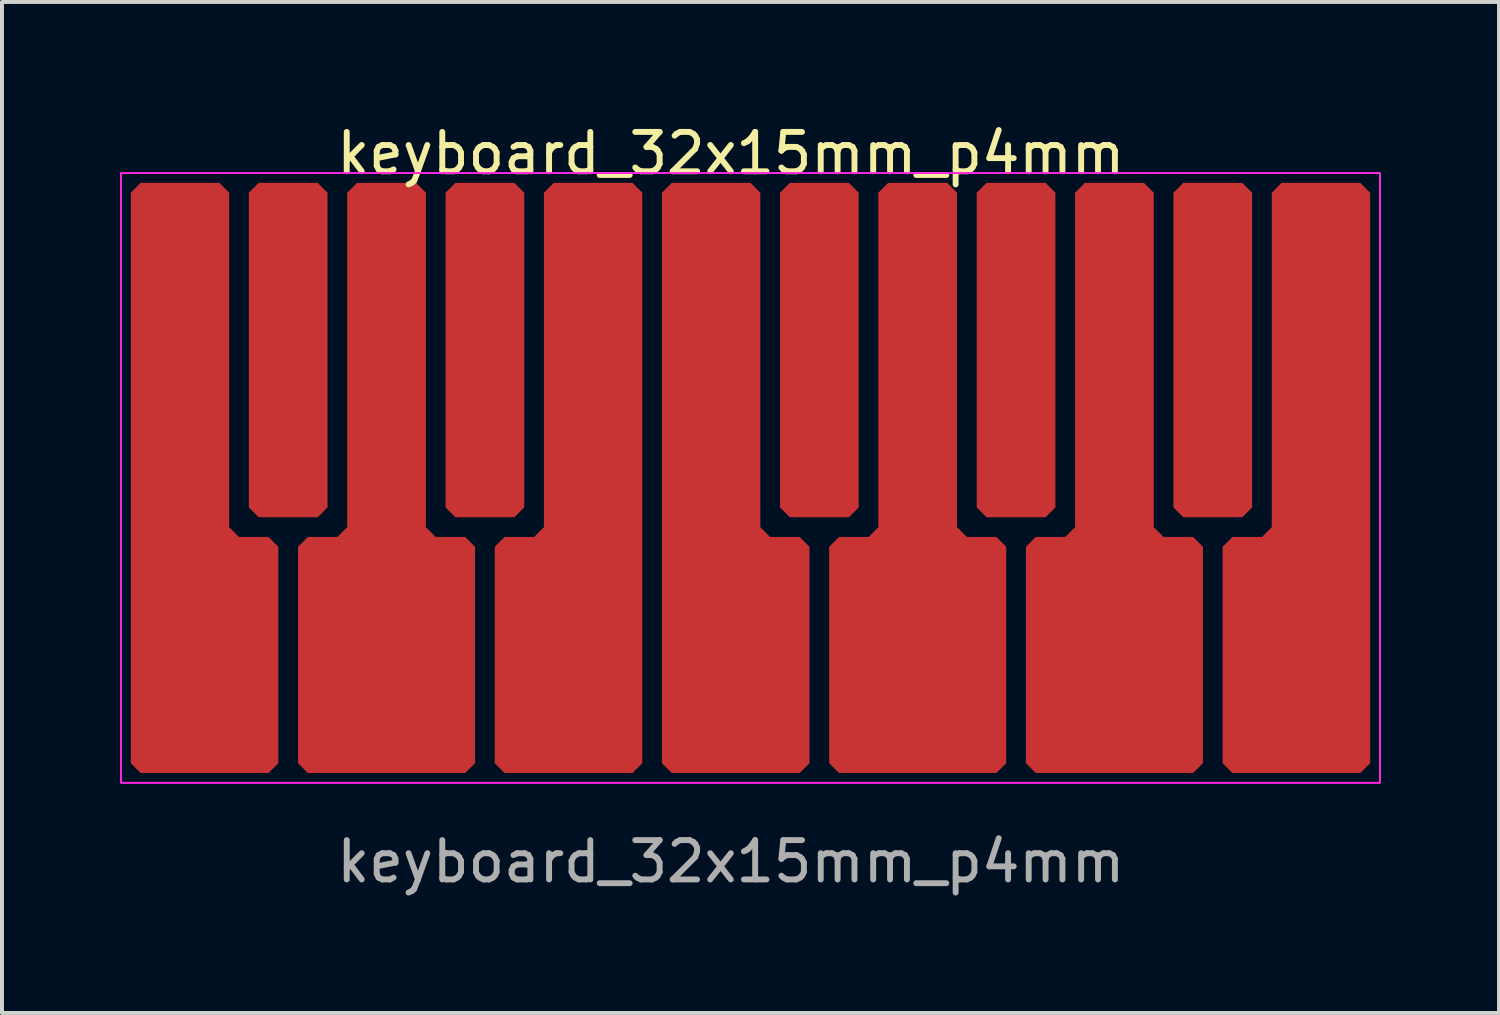
<source format=kicad_pcb>
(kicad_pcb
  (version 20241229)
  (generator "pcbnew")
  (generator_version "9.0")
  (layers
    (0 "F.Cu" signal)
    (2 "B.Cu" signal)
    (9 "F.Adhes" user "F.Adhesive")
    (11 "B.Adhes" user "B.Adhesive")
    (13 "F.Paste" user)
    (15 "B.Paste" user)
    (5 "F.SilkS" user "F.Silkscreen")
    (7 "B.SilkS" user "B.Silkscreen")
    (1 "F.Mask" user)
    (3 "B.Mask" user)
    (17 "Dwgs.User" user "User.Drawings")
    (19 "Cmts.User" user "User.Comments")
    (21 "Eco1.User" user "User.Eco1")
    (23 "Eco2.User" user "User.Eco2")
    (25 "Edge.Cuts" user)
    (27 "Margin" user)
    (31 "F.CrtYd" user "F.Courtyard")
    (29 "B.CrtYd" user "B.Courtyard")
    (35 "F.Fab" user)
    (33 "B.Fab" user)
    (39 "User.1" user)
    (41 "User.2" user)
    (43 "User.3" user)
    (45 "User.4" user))
  (footprint "keyboard_32x15mm_p4mm"
    (layer "F.Cu")
    (at 15.525 1.598)
    (property "Reference" "keyboard_32x15mm_p4mm" (at 0 -0.75 0) (unlocked yes) (layer "F.SilkS") (effects (font (size 1 1) (thickness 0.15))))
    (fp_rect (start -15.5 -0.25) (end 16.5 15.25) (stroke (width 0.05) (type default)) (fill no) (layer "F.CrtYd"))
    (fp_text user "${REFERENCE}" (at 0 17.25 0) (unlocked yes) (layer "F.Fab") (effects (font (size 1 1) (thickness 0.15))))
    (pad "1" connect custom (at -14 1.5) (size 2 2.5) (layers "F.Cu" "F.Mask") (options (anchor rect)) (primitives (gr_poly (pts (xy -1.25 -1.25) (xy -1 -1.5) (xy 1 -1.5) (xy 1.25 -1.25) (xy 1.25 7.25) (xy 1.5 7.5) (xy 2.25 7.5) (xy 2.5 7.75) (xy 2.5 13.25) (xy 2.25 13.5) (xy -1 13.5) (xy -1.25 13.25)) (width 0) (fill yes))))
    (pad "2" connect custom (at -11.25 1.5) (size 1.5 2.5) (layers "F.Cu" "F.Mask") (options (anchor rect)) (primitives (gr_poly (pts (xy -1 -1.25) (xy -0.75 -1.5) (xy 0.75 -1.5) (xy 1 -1.25) (xy 1 6.75) (xy 0.75 7) (xy -0.75 7) (xy -1 6.75)) (width 0) (fill yes))))
    (pad "3" connect custom (at -8.75 1.5) (size 1.5 2.5) (layers "F.Cu" "F.Mask") (options (anchor rect)) (primitives (gr_poly (pts (xy -1 -1.25) (xy -0.75 -1.5) (xy 0.75 -1.5) (xy 1 -1.25) (xy 1 7.25) (xy 1.25 7.5) (xy 2 7.5) (xy 2.25 7.75) (xy 2.25 13.25) (xy 2 13.5) (xy -2 13.5) (xy -2.25 13.25) (xy -2.25 7.75) (xy -2 7.5) (xy -1.25 7.5) (xy -1 7.25)) (width 0) (fill yes))))
    (pad "4" connect custom (at -6.25 1.5) (size 1.5 2.5) (layers "F.Cu" "F.Mask") (options (anchor rect)) (primitives (gr_poly (pts (xy -1 -1.25) (xy -0.75 -1.5) (xy 0.75 -1.5) (xy 1 -1.25) (xy 1 6.75) (xy 0.75 7) (xy -0.75 7) (xy -1 6.75)) (width 0) (fill yes))))
    (pad "5" connect custom (at -3.5 1.5) (size 2 2.5) (layers "F.Cu" "F.Mask") (options (anchor rect)) (primitives (gr_poly (pts (xy 1.25 -1.25) (xy 1 -1.5) (xy -1 -1.5) (xy -1.25 -1.25) (xy -1.25 7.25) (xy -1.5 7.5) (xy -2.25 7.5) (xy -2.5 7.75) (xy -2.5 13.25) (xy -2.25 13.5) (xy 1 13.5) (xy 1.25 13.25)) (width 0) (fill yes))))
    (pad "6" connect custom (at -0.5 1.5) (size 2 2.5) (layers "F.Cu" "F.Mask") (options (anchor rect)) (primitives (gr_poly (pts (xy -1.25 -1.25) (xy -1 -1.5) (xy 1 -1.5) (xy 1.25 -1.25) (xy 1.25 7.25) (xy 1.5 7.5) (xy 2.25 7.5) (xy 2.5 7.75) (xy 2.5 13.25) (xy 2.25 13.5) (xy -1 13.5) (xy -1.25 13.25)) (width 0) (fill yes))))
    (pad "7" connect custom (at 2.25 1.5) (size 1.5 2.5) (layers "F.Cu" "F.Mask") (options (anchor rect)) (primitives (gr_poly (pts (xy -1 -1.25) (xy -0.75 -1.5) (xy 0.75 -1.5) (xy 1 -1.25) (xy 1 6.75) (xy 0.75 7) (xy -0.75 7) (xy -1 6.75)) (width 0) (fill yes))))
    (pad "8" connect custom (at 4.75 1.5) (size 1.5 2.5) (layers "F.Cu" "F.Mask") (options (anchor rect)) (primitives (gr_poly (pts (xy -1 -1.25) (xy -0.75 -1.5) (xy 0.75 -1.5) (xy 1 -1.25) (xy 1 7.25) (xy 1.25 7.5) (xy 2 7.5) (xy 2.25 7.75) (xy 2.25 13.25) (xy 2 13.5) (xy -2 13.5) (xy -2.25 13.25) (xy -2.25 7.75) (xy -2 7.5) (xy -1.25 7.5) (xy -1 7.25)) (width 0) (fill yes))))
    (pad "9" connect custom (at 7.25 1.5) (size 1.5 2.5) (layers "F.Cu" "F.Mask") (options (anchor rect)) (primitives (gr_poly (pts (xy -1 -1.25) (xy -0.75 -1.5) (xy 0.75 -1.5) (xy 1 -1.25) (xy 1 6.75) (xy 0.75 7) (xy -0.75 7) (xy -1 6.75)) (width 0) (fill yes))))
    (pad "10" connect custom (at 9.75 1.5) (size 1.5 2.5) (layers "F.Cu" "F.Mask") (options (anchor rect)) (primitives (gr_poly (pts (xy -1 -1.25) (xy -0.75 -1.5) (xy 0.75 -1.5) (xy 1 -1.25) (xy 1 7.25) (xy 1.25 7.5) (xy 2 7.5) (xy 2.25 7.75) (xy 2.25 13.25) (xy 2 13.5) (xy -2 13.5) (xy -2.25 13.25) (xy -2.25 7.75) (xy -2 7.5) (xy -1.25 7.5) (xy -1 7.25)) (width 0) (fill yes))))
    (pad "11" connect custom (at 12.25 1.5) (size 1.5 2.5) (layers "F.Cu" "F.Mask") (options (anchor rect)) (primitives (gr_poly (pts (xy -1 -1.25) (xy -0.75 -1.5) (xy 0.75 -1.5) (xy 1 -1.25) (xy 1 6.75) (xy 0.75 7) (xy -0.75 7) (xy -1 6.75)) (width 0) (fill yes))))
    (pad "12" connect custom (at 15 1.5) (size 2 2.5) (layers "F.Cu" "F.Mask") (options (anchor rect)) (primitives (gr_poly (pts (xy 1.25 -1.25) (xy 1 -1.5) (xy -1 -1.5) (xy -1.25 -1.25) (xy -1.25 7.25) (xy -1.5 7.5) (xy -2.25 7.5) (xy -2.5 7.75) (xy -2.5 13.25) (xy -2.25 13.5) (xy 1 13.5) (xy 1.25 13.25)) (width 0) (fill yes)))))
  (gr_rect
    (start -3 -3)
    (end 35.05 22.697)
    (stroke (width 0.1) (type default))
    (fill no)
    (layer "Edge.Cuts")))
</source>
